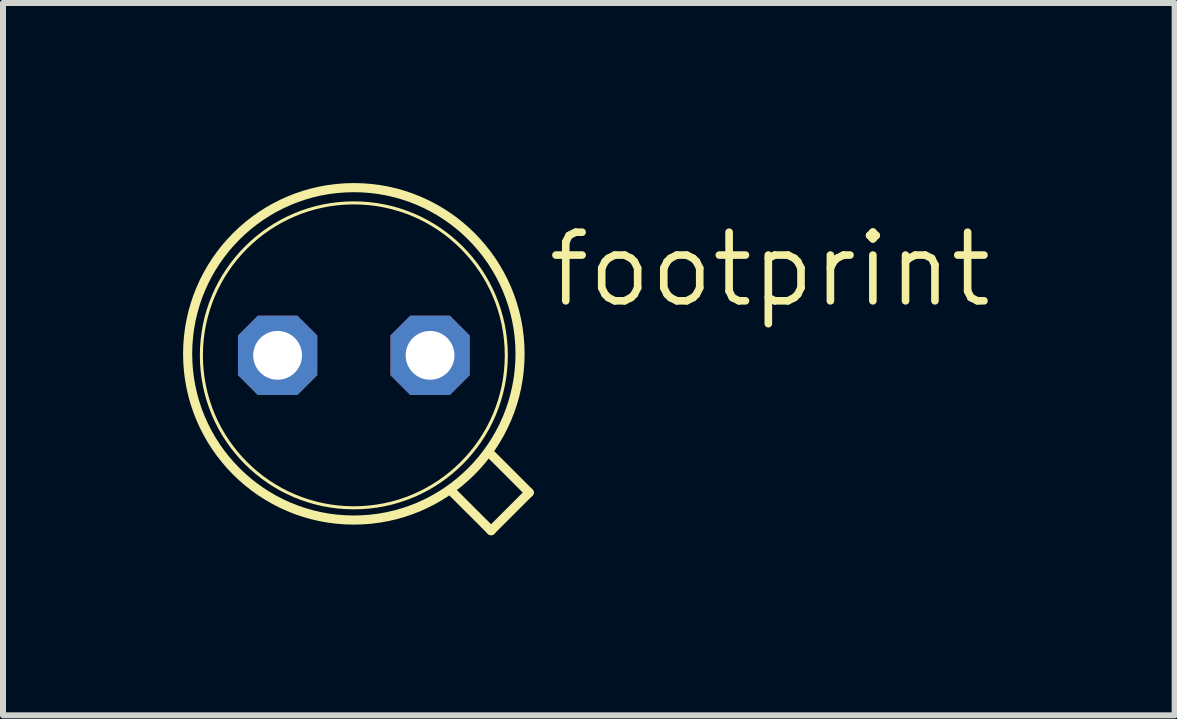
<source format=kicad_pcb>
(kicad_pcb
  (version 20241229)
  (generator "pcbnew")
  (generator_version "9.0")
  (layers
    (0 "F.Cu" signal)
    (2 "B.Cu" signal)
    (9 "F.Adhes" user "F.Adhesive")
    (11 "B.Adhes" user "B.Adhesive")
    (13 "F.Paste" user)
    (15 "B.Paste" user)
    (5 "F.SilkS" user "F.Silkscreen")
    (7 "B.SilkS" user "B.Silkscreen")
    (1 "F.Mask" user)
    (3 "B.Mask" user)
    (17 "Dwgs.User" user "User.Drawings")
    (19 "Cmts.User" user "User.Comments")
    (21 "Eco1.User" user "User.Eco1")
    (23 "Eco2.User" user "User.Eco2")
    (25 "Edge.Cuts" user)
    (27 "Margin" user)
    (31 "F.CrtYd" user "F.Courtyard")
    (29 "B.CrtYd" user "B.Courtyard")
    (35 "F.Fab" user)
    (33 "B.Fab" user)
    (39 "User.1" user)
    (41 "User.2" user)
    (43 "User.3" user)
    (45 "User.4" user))
  (footprint "footprint"
    (layer "F.Cu")
    (at 2.845 2.87)
    (property "Reference" "footprint" (at 3.175 -0.762 0) (layer "F.SilkS") (effects (font (size 1.143 1.143) (thickness 0.127)) (justify left bottom)))
    (fp_line (start 1.651 2.286) (end 2.286 2.921) (stroke (width 0.152) (type solid)) (layer "F.SilkS"))
    (fp_line (start 2.286 2.921) (end 2.921 2.286) (stroke (width 0.152) (type solid)) (layer "F.SilkS"))
    (fp_line (start 2.921 2.286) (end 2.286 1.651) (stroke (width 0.152) (type solid)) (layer "F.SilkS"))
    (fp_circle (center 0 -0.025) (end 2.769 -0.025) (stroke (width 0.152) (type solid)) (fill no) (layer "F.SilkS"))
    (fp_circle (center 0 0) (end 2.54 0) (stroke (width 0.051) (type solid)) (fill no) (layer "F.SilkS"))
    (pad "A" thru_hole roundrect (at 1.27 0) (size 1.321 1.321) (drill 0.813) (layers "*.Cu" "*.Mask") (roundrect_rratio 0.25) (chamfer_ratio 0.25) (chamfer top_left top_right bottom_left bottom_right))
    (pad "C" thru_hole roundrect (at -1.27 0) (size 1.321 1.321) (drill 0.813) (layers "*.Cu" "*.Mask") (roundrect_rratio 0.25) (chamfer_ratio 0.25) (chamfer top_left top_right bottom_left bottom_right)))
  (gr_rect
    (start -3 -3)
    (end 16.52 8.867)
    (stroke (width 0.1) (type default))
    (fill no)
    (layer "Edge.Cuts")))
</source>
